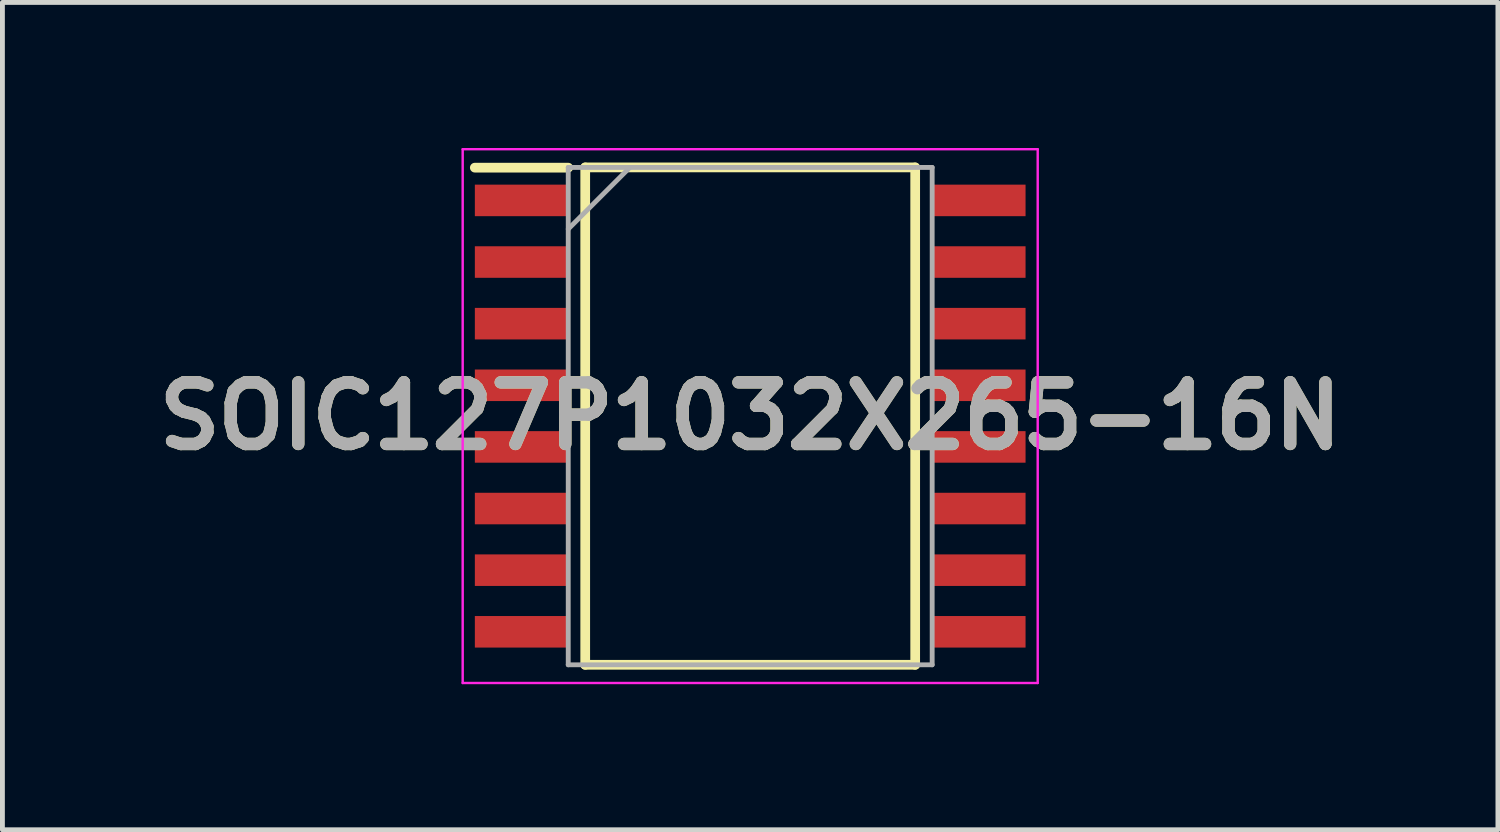
<source format=kicad_pcb>
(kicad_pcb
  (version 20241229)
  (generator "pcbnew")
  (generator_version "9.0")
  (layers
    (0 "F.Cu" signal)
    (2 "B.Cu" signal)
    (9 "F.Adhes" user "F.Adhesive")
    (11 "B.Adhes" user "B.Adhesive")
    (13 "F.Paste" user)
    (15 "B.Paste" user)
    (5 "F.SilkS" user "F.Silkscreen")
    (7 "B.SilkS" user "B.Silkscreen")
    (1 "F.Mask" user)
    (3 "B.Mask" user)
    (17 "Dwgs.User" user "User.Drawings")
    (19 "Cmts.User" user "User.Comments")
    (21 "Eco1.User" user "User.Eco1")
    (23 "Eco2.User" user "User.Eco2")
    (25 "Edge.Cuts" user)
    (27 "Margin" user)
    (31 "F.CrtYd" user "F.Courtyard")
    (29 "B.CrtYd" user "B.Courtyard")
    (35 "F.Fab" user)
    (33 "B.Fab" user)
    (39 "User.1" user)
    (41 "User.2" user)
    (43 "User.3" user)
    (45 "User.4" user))
  (footprint "SOIC127P1032X265-16N"
    (layer "F.Cu")
    (at 12.41 5.525)
    (property "Reference" "SOIC127P1032X265-16N" (at 0 0 0) (layer "F.SilkS") (effects (font (size 1.27 1.27) (thickness 0.254))))
    (attr smd)
    (fp_line (start -5.675 -5.12) (end -3.75 -5.12) (stroke (width 0.2) (type solid)) (layer "F.SilkS"))
    (fp_line (start -3.4 -5.125) (end 3.4 -5.125) (stroke (width 0.2) (type solid)) (layer "F.SilkS"))
    (fp_line (start -3.4 5.125) (end -3.4 -5.125) (stroke (width 0.2) (type solid)) (layer "F.SilkS"))
    (fp_line (start 3.4 -5.125) (end 3.4 5.125) (stroke (width 0.2) (type solid)) (layer "F.SilkS"))
    (fp_line (start 3.4 5.125) (end -3.4 5.125) (stroke (width 0.2) (type solid)) (layer "F.SilkS"))
    (fp_line (start -5.925 -5.5) (end 5.925 -5.5) (stroke (width 0.05) (type solid)) (layer "F.CrtYd"))
    (fp_line (start -5.925 5.5) (end -5.925 -5.5) (stroke (width 0.05) (type solid)) (layer "F.CrtYd"))
    (fp_line (start 5.925 -5.5) (end 5.925 5.5) (stroke (width 0.05) (type solid)) (layer "F.CrtYd"))
    (fp_line (start 5.925 5.5) (end -5.925 5.5) (stroke (width 0.05) (type solid)) (layer "F.CrtYd"))
    (fp_line (start -3.75 -5.125) (end 3.75 -5.125) (stroke (width 0.1) (type solid)) (layer "F.Fab"))
    (fp_line (start -3.75 -3.855) (end -2.48 -5.125) (stroke (width 0.1) (type solid)) (layer "F.Fab"))
    (fp_line (start -3.75 5.125) (end -3.75 -5.125) (stroke (width 0.1) (type solid)) (layer "F.Fab"))
    (fp_line (start 3.75 -5.125) (end 3.75 5.125) (stroke (width 0.1) (type solid)) (layer "F.Fab"))
    (fp_line (start 3.75 5.125) (end -3.75 5.125) (stroke (width 0.1) (type solid)) (layer "F.Fab"))
    (fp_text user "${REFERENCE}" (at 0 0 0) (layer "F.Fab") (effects (font (size 1.27 1.27) (thickness 0.254))))
    (pad "1" smd rect (at -4.712 -4.445 90) (size 0.65 1.925) (layers "F.Cu" "F.Mask" "F.Paste"))
    (pad "2" smd rect (at -4.712 -3.175 90) (size 0.65 1.925) (layers "F.Cu" "F.Mask" "F.Paste"))
    (pad "3" smd rect (at -4.712 -1.905 90) (size 0.65 1.925) (layers "F.Cu" "F.Mask" "F.Paste"))
    (pad "4" smd rect (at -4.712 -0.635 90) (size 0.65 1.925) (layers "F.Cu" "F.Mask" "F.Paste"))
    (pad "5" smd rect (at -4.712 0.635 90) (size 0.65 1.925) (layers "F.Cu" "F.Mask" "F.Paste"))
    (pad "6" smd rect (at -4.712 1.905 90) (size 0.65 1.925) (layers "F.Cu" "F.Mask" "F.Paste"))
    (pad "7" smd rect (at -4.712 3.175 90) (size 0.65 1.925) (layers "F.Cu" "F.Mask" "F.Paste"))
    (pad "8" smd rect (at -4.712 4.445 90) (size 0.65 1.925) (layers "F.Cu" "F.Mask" "F.Paste"))
    (pad "9" smd rect (at 4.712 4.445 90) (size 0.65 1.925) (layers "F.Cu" "F.Mask" "F.Paste"))
    (pad "10" smd rect (at 4.712 3.175 90) (size 0.65 1.925) (layers "F.Cu" "F.Mask" "F.Paste"))
    (pad "11" smd rect (at 4.712 1.905 90) (size 0.65 1.925) (layers "F.Cu" "F.Mask" "F.Paste"))
    (pad "12" smd rect (at 4.712 0.635 90) (size 0.65 1.925) (layers "F.Cu" "F.Mask" "F.Paste"))
    (pad "13" smd rect (at 4.712 -0.635 90) (size 0.65 1.925) (layers "F.Cu" "F.Mask" "F.Paste"))
    (pad "14" smd rect (at 4.712 -1.905 90) (size 0.65 1.925) (layers "F.Cu" "F.Mask" "F.Paste"))
    (pad "15" smd rect (at 4.712 -3.175 90) (size 0.65 1.925) (layers "F.Cu" "F.Mask" "F.Paste"))
    (pad "16" smd rect (at 4.712 -4.445 90) (size 0.65 1.925) (layers "F.Cu" "F.Mask" "F.Paste")))
  (gr_rect
    (start -3 -3)
    (end 27.819 14.05)
    (stroke (width 0.1) (type default))
    (fill no)
    (layer "Edge.Cuts")))
</source>
